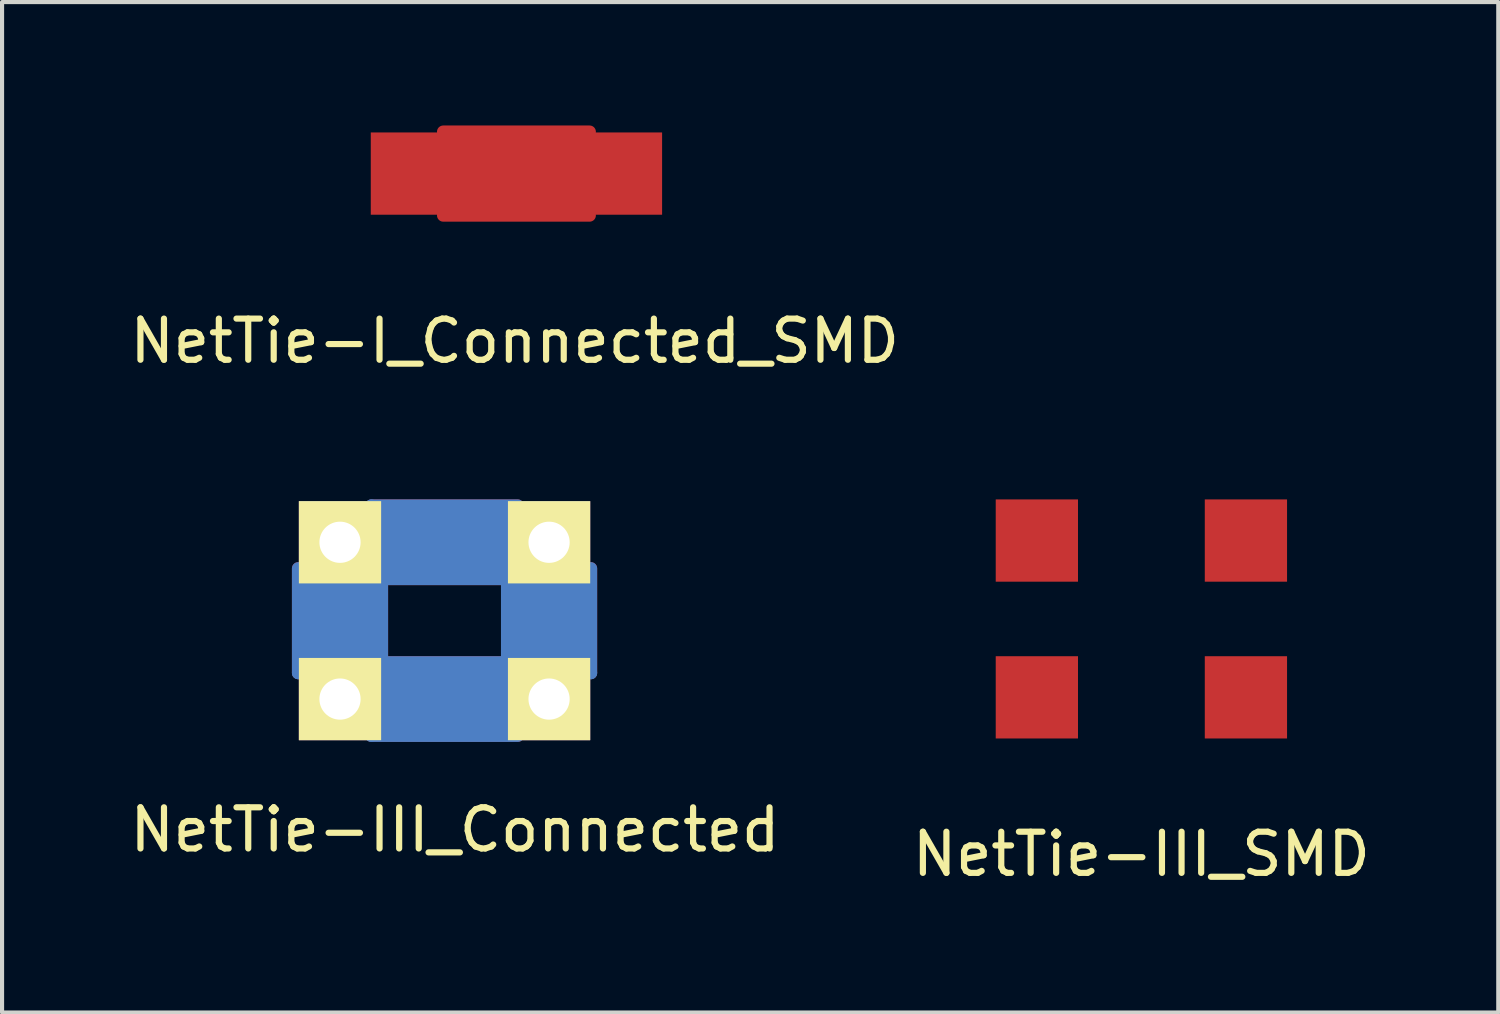
<source format=kicad_pcb>
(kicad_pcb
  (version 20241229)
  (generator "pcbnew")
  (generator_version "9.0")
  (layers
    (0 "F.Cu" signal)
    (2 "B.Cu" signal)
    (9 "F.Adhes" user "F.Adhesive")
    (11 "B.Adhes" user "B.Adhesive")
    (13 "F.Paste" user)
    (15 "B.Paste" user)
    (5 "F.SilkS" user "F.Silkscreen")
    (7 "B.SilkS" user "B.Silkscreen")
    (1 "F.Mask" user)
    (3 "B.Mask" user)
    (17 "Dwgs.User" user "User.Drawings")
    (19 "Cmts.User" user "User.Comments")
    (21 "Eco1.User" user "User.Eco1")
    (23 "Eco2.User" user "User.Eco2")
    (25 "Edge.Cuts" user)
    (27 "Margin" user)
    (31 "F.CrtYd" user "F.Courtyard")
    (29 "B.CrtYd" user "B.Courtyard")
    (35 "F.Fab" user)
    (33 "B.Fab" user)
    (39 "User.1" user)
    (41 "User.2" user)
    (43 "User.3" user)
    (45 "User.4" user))
  (footprint "NetTie-III_SMD"
    (layer "F.Cu")
    (at 24.685 10.085)
    (property "Reference" "NetTie-III_SMD" (at 0 7.62 0) (layer "F.SilkS") (effects (font (size 1 1) (thickness 0.15))))
    (attr through_hole)
    (pad "1" smd rect (at -2.54 0) (size 1.999 1.999) (layers "F.Cu" "F.Mask" "F.Paste"))
    (pad "2" smd rect (at -2.54 3.81) (size 1.999 1.999) (layers "F.Cu" "F.Mask" "F.Paste"))
    (pad "3" smd rect (at 2.54 0) (size 1.999 1.999) (layers "F.Cu" "F.Mask" "F.Paste"))
    (pad "4" smd rect (at 2.54 3.81) (size 1.999 1.999) (layers "F.Cu" "F.Mask" "F.Paste")))
  (footprint "NetTie-I_Connected_SMD"
    (layer "F.Cu")
    (at 9.499 1.168)
    (property "Reference" "NetTie-I_Connected_SMD" (at -0.041 4.069 0) (layer "F.SilkS") (effects (font (size 1 1) (thickness 0.15))))
    (attr through_hole)
    (fp_line (start -1.778 -0.762) (end 1.778 -0.762) (stroke (width 0.305) (type solid)) (layer "F.Cu"))
    (fp_line (start -1.778 -0.254) (end 1.778 -0.254) (stroke (width 0.305) (type solid)) (layer "F.Cu"))
    (fp_line (start -1.778 0.254) (end 1.778 0.254) (stroke (width 0.305) (type solid)) (layer "F.Cu"))
    (fp_line (start -1.778 0.762) (end 1.778 0.762) (stroke (width 0.305) (type solid)) (layer "F.Cu"))
    (fp_line (start 1.778 -1.016) (end -1.778 -1.016) (stroke (width 0.305) (type solid)) (layer "F.Cu"))
    (fp_line (start 1.778 -0.508) (end -1.778 -0.508) (stroke (width 0.305) (type solid)) (layer "F.Cu"))
    (fp_line (start 1.778 0) (end -1.778 0) (stroke (width 0.305) (type solid)) (layer "F.Cu"))
    (fp_line (start 1.778 0.508) (end -1.778 0.508) (stroke (width 0.305) (type solid)) (layer "F.Cu"))
    (fp_line (start 1.778 1.016) (end -1.778 1.016) (stroke (width 0.305) (type solid)) (layer "F.Cu"))
    (pad "1" smd rect (at -2.54 0) (size 1.999 1.999) (layers "F.Cu" "F.Mask" "F.Paste"))
    (pad "2" smd rect (at 2.54 0) (size 1.999 1.999) (layers "F.Cu" "F.Mask" "F.Paste")))
  (footprint "NetTie-III_Connected"
    (layer "F.Cu")
    (at 7.752 12.032)
    (property "Reference" "NetTie-III_Connected" (at 0.254 5.08 0) (layer "F.SilkS") (effects (font (size 1 1) (thickness 0.15))))
    (attr through_hole)
    (fp_line (start -3.556 -1.016) (end -3.556 -1.27) (stroke (width 0.305) (type solid)) (layer "F.Cu"))
    (fp_line (start -3.556 -1.016) (end -3.556 1.27) (stroke (width 0.305) (type solid)) (layer "F.Cu"))
    (fp_line (start -3.302 -1.27) (end -3.302 1.27) (stroke (width 0.305) (type solid)) (layer "F.Cu"))
    (fp_line (start -3.048 -1.27) (end -3.048 1.27) (stroke (width 0.305) (type solid)) (layer "F.Cu"))
    (fp_line (start -2.794 -1.27) (end -2.794 1.27) (stroke (width 0.305) (type solid)) (layer "F.Cu"))
    (fp_line (start -2.54 -1.016) (end -2.54 1.016) (stroke (width 0.305) (type solid)) (layer "F.Cu"))
    (fp_line (start -2.286 -1.27) (end -2.286 1.27) (stroke (width 0.305) (type solid)) (layer "F.Cu"))
    (fp_line (start -2.032 1.27) (end -2.032 -1.27) (stroke (width 0.305) (type solid)) (layer "F.Cu"))
    (fp_line (start -1.778 -2.794) (end 1.778 -2.794) (stroke (width 0.305) (type solid)) (layer "F.Cu"))
    (fp_line (start -1.778 -2.54) (end 1.778 -2.54) (stroke (width 0.305) (type solid)) (layer "F.Cu"))
    (fp_line (start -1.778 -2.286) (end 1.778 -2.286) (stroke (width 0.305) (type solid)) (layer "F.Cu"))
    (fp_line (start -1.778 -2.032) (end 1.778 -2.032) (stroke (width 0.305) (type solid)) (layer "F.Cu"))
    (fp_line (start -1.778 -1.778) (end 1.778 -1.778) (stroke (width 0.305) (type solid)) (layer "F.Cu"))
    (fp_line (start -1.778 -1.524) (end 1.778 -1.524) (stroke (width 0.305) (type solid)) (layer "F.Cu"))
    (fp_line (start -1.778 -1.27) (end -1.778 1.27) (stroke (width 0.305) (type solid)) (layer "F.Cu"))
    (fp_line (start -1.778 -1.27) (end 1.778 -1.27) (stroke (width 0.305) (type solid)) (layer "F.Cu"))
    (fp_line (start -1.778 -1.016) (end 1.778 -1.016) (stroke (width 0.305) (type solid)) (layer "F.Cu"))
    (fp_line (start -1.778 1.016) (end -1.524 1.016) (stroke (width 0.305) (type solid)) (layer "F.Cu"))
    (fp_line (start -1.778 1.27) (end 1.778 1.27) (stroke (width 0.305) (type solid)) (layer "F.Cu"))
    (fp_line (start -1.778 1.524) (end 1.778 1.524) (stroke (width 0.305) (type solid)) (layer "F.Cu"))
    (fp_line (start -1.778 1.778) (end 1.778 1.778) (stroke (width 0.305) (type solid)) (layer "F.Cu"))
    (fp_line (start -1.778 2.032) (end 1.778 2.032) (stroke (width 0.305) (type solid)) (layer "F.Cu"))
    (fp_line (start -1.778 2.286) (end 1.778 2.286) (stroke (width 0.305) (type solid)) (layer "F.Cu"))
    (fp_line (start -1.778 2.794) (end 1.778 2.794) (stroke (width 0.305) (type solid)) (layer "F.Cu"))
    (fp_line (start -1.524 1.016) (end 1.778 1.016) (stroke (width 0.305) (type solid)) (layer "F.Cu"))
    (fp_line (start -1.524 1.27) (end -1.524 -1.27) (stroke (width 0.305) (type solid)) (layer "F.Cu"))
    (fp_line (start 1.524 1.27) (end 1.524 -1.27) (stroke (width 0.305) (type solid)) (layer "F.Cu"))
    (fp_line (start 1.778 -1.27) (end 1.778 1.27) (stroke (width 0.305) (type solid)) (layer "F.Cu"))
    (fp_line (start 1.778 2.54) (end -1.778 2.54) (stroke (width 0.305) (type solid)) (layer "F.Cu"))
    (fp_line (start 2.032 1.27) (end 2.032 -1.27) (stroke (width 0.305) (type solid)) (layer "F.Cu"))
    (fp_line (start 2.286 -1.27) (end 2.286 1.27) (stroke (width 0.305) (type solid)) (layer "F.Cu"))
    (fp_line (start 2.54 -1.016) (end 2.54 1.016) (stroke (width 0.305) (type solid)) (layer "F.Cu"))
    (fp_line (start 2.794 -1.27) (end 2.794 1.27) (stroke (width 0.305) (type solid)) (layer "F.Cu"))
    (fp_line (start 3.048 1.27) (end 3.048 -1.27) (stroke (width 0.305) (type solid)) (layer "F.Cu"))
    (fp_line (start 3.302 -1.27) (end 3.302 1.27) (stroke (width 0.305) (type solid)) (layer "F.Cu"))
    (fp_line (start 3.556 1.27) (end 3.556 -1.27) (stroke (width 0.305) (type solid)) (layer "F.Cu"))
    (fp_line (start -3.556 -1.27) (end -3.556 1.27) (stroke (width 0.305) (type solid)) (layer "B.Cu"))
    (fp_line (start -3.556 1.27) (end -3.302 1.27) (stroke (width 0.305) (type solid)) (layer "B.Cu"))
    (fp_line (start -3.302 -1.27) (end -3.048 -1.27) (stroke (width 0.305) (type solid)) (layer "B.Cu"))
    (fp_line (start -3.302 1.27) (end -3.302 -1.27) (stroke (width 0.305) (type solid)) (layer "B.Cu"))
    (fp_line (start -3.048 -1.27) (end -3.048 1.27) (stroke (width 0.305) (type solid)) (layer "B.Cu"))
    (fp_line (start -3.048 1.27) (end -2.794 1.27) (stroke (width 0.305) (type solid)) (layer "B.Cu"))
    (fp_line (start -2.794 1.27) (end -2.794 -1.27) (stroke (width 0.305) (type solid)) (layer "B.Cu"))
    (fp_line (start -2.54 -1.016) (end -2.54 1.016) (stroke (width 0.305) (type solid)) (layer "B.Cu"))
    (fp_line (start -2.286 -1.27) (end -2.032 -1.27) (stroke (width 0.305) (type solid)) (layer "B.Cu"))
    (fp_line (start -2.286 1.27) (end -2.286 -1.27) (stroke (width 0.305) (type solid)) (layer "B.Cu"))
    (fp_line (start -2.032 -1.27) (end -2.032 1.27) (stroke (width 0.305) (type solid)) (layer "B.Cu"))
    (fp_line (start -2.032 1.27) (end -1.778 1.27) (stroke (width 0.305) (type solid)) (layer "B.Cu"))
    (fp_line (start -1.778 -2.794) (end -1.778 -2.54) (stroke (width 0.305) (type solid)) (layer "B.Cu"))
    (fp_line (start -1.778 -2.54) (end 1.778 -2.54) (stroke (width 0.305) (type solid)) (layer "B.Cu"))
    (fp_line (start -1.778 -2.286) (end -1.778 -2.032) (stroke (width 0.305) (type solid)) (layer "B.Cu"))
    (fp_line (start -1.778 -2.032) (end 1.778 -2.032) (stroke (width 0.305) (type solid)) (layer "B.Cu"))
    (fp_line (start -1.778 -1.778) (end -1.778 -1.524) (stroke (width 0.305) (type solid)) (layer "B.Cu"))
    (fp_line (start -1.778 -1.524) (end 1.524 -1.524) (stroke (width 0.305) (type solid)) (layer "B.Cu"))
    (fp_line (start -1.778 -1.27) (end -1.778 -1.016) (stroke (width 0.305) (type solid)) (layer "B.Cu"))
    (fp_line (start -1.778 -1.27) (end -1.524 -1.27) (stroke (width 0.305) (type solid)) (layer "B.Cu"))
    (fp_line (start -1.778 -1.016) (end 1.778 -1.016) (stroke (width 0.305) (type solid)) (layer "B.Cu"))
    (fp_line (start -1.778 1.016) (end 1.778 1.016) (stroke (width 0.305) (type solid)) (layer "B.Cu"))
    (fp_line (start -1.778 1.27) (end -1.778 -1.27) (stroke (width 0.305) (type solid)) (layer "B.Cu"))
    (fp_line (start -1.778 1.27) (end -1.778 1.016) (stroke (width 0.305) (type solid)) (layer "B.Cu"))
    (fp_line (start -1.778 1.524) (end 1.778 1.524) (stroke (width 0.305) (type solid)) (layer "B.Cu"))
    (fp_line (start -1.778 1.778) (end -1.778 1.524) (stroke (width 0.305) (type solid)) (layer "B.Cu"))
    (fp_line (start -1.778 2.032) (end 1.778 2.032) (stroke (width 0.305) (type solid)) (layer "B.Cu"))
    (fp_line (start -1.778 2.286) (end -1.778 2.032) (stroke (width 0.305) (type solid)) (layer "B.Cu"))
    (fp_line (start -1.778 2.54) (end 1.778 2.54) (stroke (width 0.305) (type solid)) (layer "B.Cu"))
    (fp_line (start -1.778 2.794) (end -1.778 2.54) (stroke (width 0.305) (type solid)) (layer "B.Cu"))
    (fp_line (start -1.524 -1.27) (end -1.524 1.27) (stroke (width 0.305) (type solid)) (layer "B.Cu"))
    (fp_line (start 1.524 -1.524) (end 1.778 -1.524) (stroke (width 0.305) (type solid)) (layer "B.Cu"))
    (fp_line (start 1.524 -1.27) (end 1.524 1.27) (stroke (width 0.305) (type solid)) (layer "B.Cu"))
    (fp_line (start 1.524 1.27) (end 1.778 1.27) (stroke (width 0.305) (type solid)) (layer "B.Cu"))
    (fp_line (start 1.778 -2.794) (end -1.778 -2.794) (stroke (width 0.305) (type solid)) (layer "B.Cu"))
    (fp_line (start 1.778 -2.54) (end 1.778 -2.286) (stroke (width 0.305) (type solid)) (layer "B.Cu"))
    (fp_line (start 1.778 -2.286) (end -1.778 -2.286) (stroke (width 0.305) (type solid)) (layer "B.Cu"))
    (fp_line (start 1.778 -2.032) (end 1.778 -1.778) (stroke (width 0.305) (type solid)) (layer "B.Cu"))
    (fp_line (start 1.778 -1.778) (end -1.778 -1.778) (stroke (width 0.305) (type solid)) (layer "B.Cu"))
    (fp_line (start 1.778 -1.524) (end 1.778 -1.27) (stroke (width 0.305) (type solid)) (layer "B.Cu"))
    (fp_line (start 1.778 -1.27) (end -1.778 -1.27) (stroke (width 0.305) (type solid)) (layer "B.Cu"))
    (fp_line (start 1.778 -1.27) (end 2.032 -1.27) (stroke (width 0.305) (type solid)) (layer "B.Cu"))
    (fp_line (start 1.778 0.762) (end 1.778 1.016) (stroke (width 0.305) (type solid)) (layer "B.Cu"))
    (fp_line (start 1.778 1.016) (end 1.778 0.762) (stroke (width 0.305) (type solid)) (layer "B.Cu"))
    (fp_line (start 1.778 1.27) (end -1.778 1.27) (stroke (width 0.305) (type solid)) (layer "B.Cu"))
    (fp_line (start 1.778 1.27) (end 1.778 -1.27) (stroke (width 0.305) (type solid)) (layer "B.Cu"))
    (fp_line (start 1.778 1.524) (end 1.778 1.27) (stroke (width 0.305) (type solid)) (layer "B.Cu"))
    (fp_line (start 1.778 1.778) (end -1.778 1.778) (stroke (width 0.305) (type solid)) (layer "B.Cu"))
    (fp_line (start 1.778 2.032) (end 1.778 1.778) (stroke (width 0.305) (type solid)) (layer "B.Cu"))
    (fp_line (start 1.778 2.286) (end -1.778 2.286) (stroke (width 0.305) (type solid)) (layer "B.Cu"))
    (fp_line (start 1.778 2.54) (end 1.778 2.286) (stroke (width 0.305) (type solid)) (layer "B.Cu"))
    (fp_line (start 1.778 2.794) (end -1.778 2.794) (stroke (width 0.305) (type solid)) (layer "B.Cu"))
    (fp_line (start 2.032 -1.27) (end 2.032 1.27) (stroke (width 0.305) (type solid)) (layer "B.Cu"))
    (fp_line (start 2.032 1.27) (end 2.286 1.27) (stroke (width 0.305) (type solid)) (layer "B.Cu"))
    (fp_line (start 2.286 1.27) (end 2.286 -1.27) (stroke (width 0.305) (type solid)) (layer "B.Cu"))
    (fp_line (start 2.54 -1.016) (end 2.54 1.016) (stroke (width 0.305) (type solid)) (layer "B.Cu"))
    (fp_line (start 2.794 1.27) (end 2.794 -1.27) (stroke (width 0.305) (type solid)) (layer "B.Cu"))
    (fp_line (start 3.048 -1.27) (end 3.048 1.27) (stroke (width 0.305) (type solid)) (layer "B.Cu"))
    (fp_line (start 3.048 1.27) (end 2.794 1.27) (stroke (width 0.305) (type solid)) (layer "B.Cu"))
    (fp_line (start 3.302 -1.27) (end 3.048 -1.27) (stroke (width 0.305) (type solid)) (layer "B.Cu"))
    (fp_line (start 3.302 1.27) (end 3.302 -1.27) (stroke (width 0.305) (type solid)) (layer "B.Cu"))
    (fp_line (start 3.556 -1.27) (end 3.556 1.27) (stroke (width 0.305) (type solid)) (layer "B.Cu"))
    (fp_line (start 3.556 1.27) (end 3.302 1.27) (stroke (width 0.305) (type solid)) (layer "B.Cu"))
    (pad "1" thru_hole rect (at -2.54 -1.905) (size 1.999 1.999) (drill 1.001) (layers "*.Cu" "*.Mask" "F.SilkS"))
    (pad "2" thru_hole rect (at -2.54 1.905) (size 1.999 1.999) (drill 1.001) (layers "*.Cu" "*.Mask" "F.SilkS"))
    (pad "3" thru_hole rect (at 2.54 -1.905) (size 1.999 1.999) (drill 1.001) (layers "*.Cu" "*.Mask" "F.SilkS"))
    (pad "4" thru_hole rect (at 2.54 1.905) (size 1.999 1.999) (drill 1.001) (layers "*.Cu" "*.Mask" "F.SilkS")))
  (gr_rect
    (start -3 -3)
    (end 33.357 21.553)
    (stroke (width 0.1) (type default))
    (fill no)
    (layer "Edge.Cuts")))
</source>
